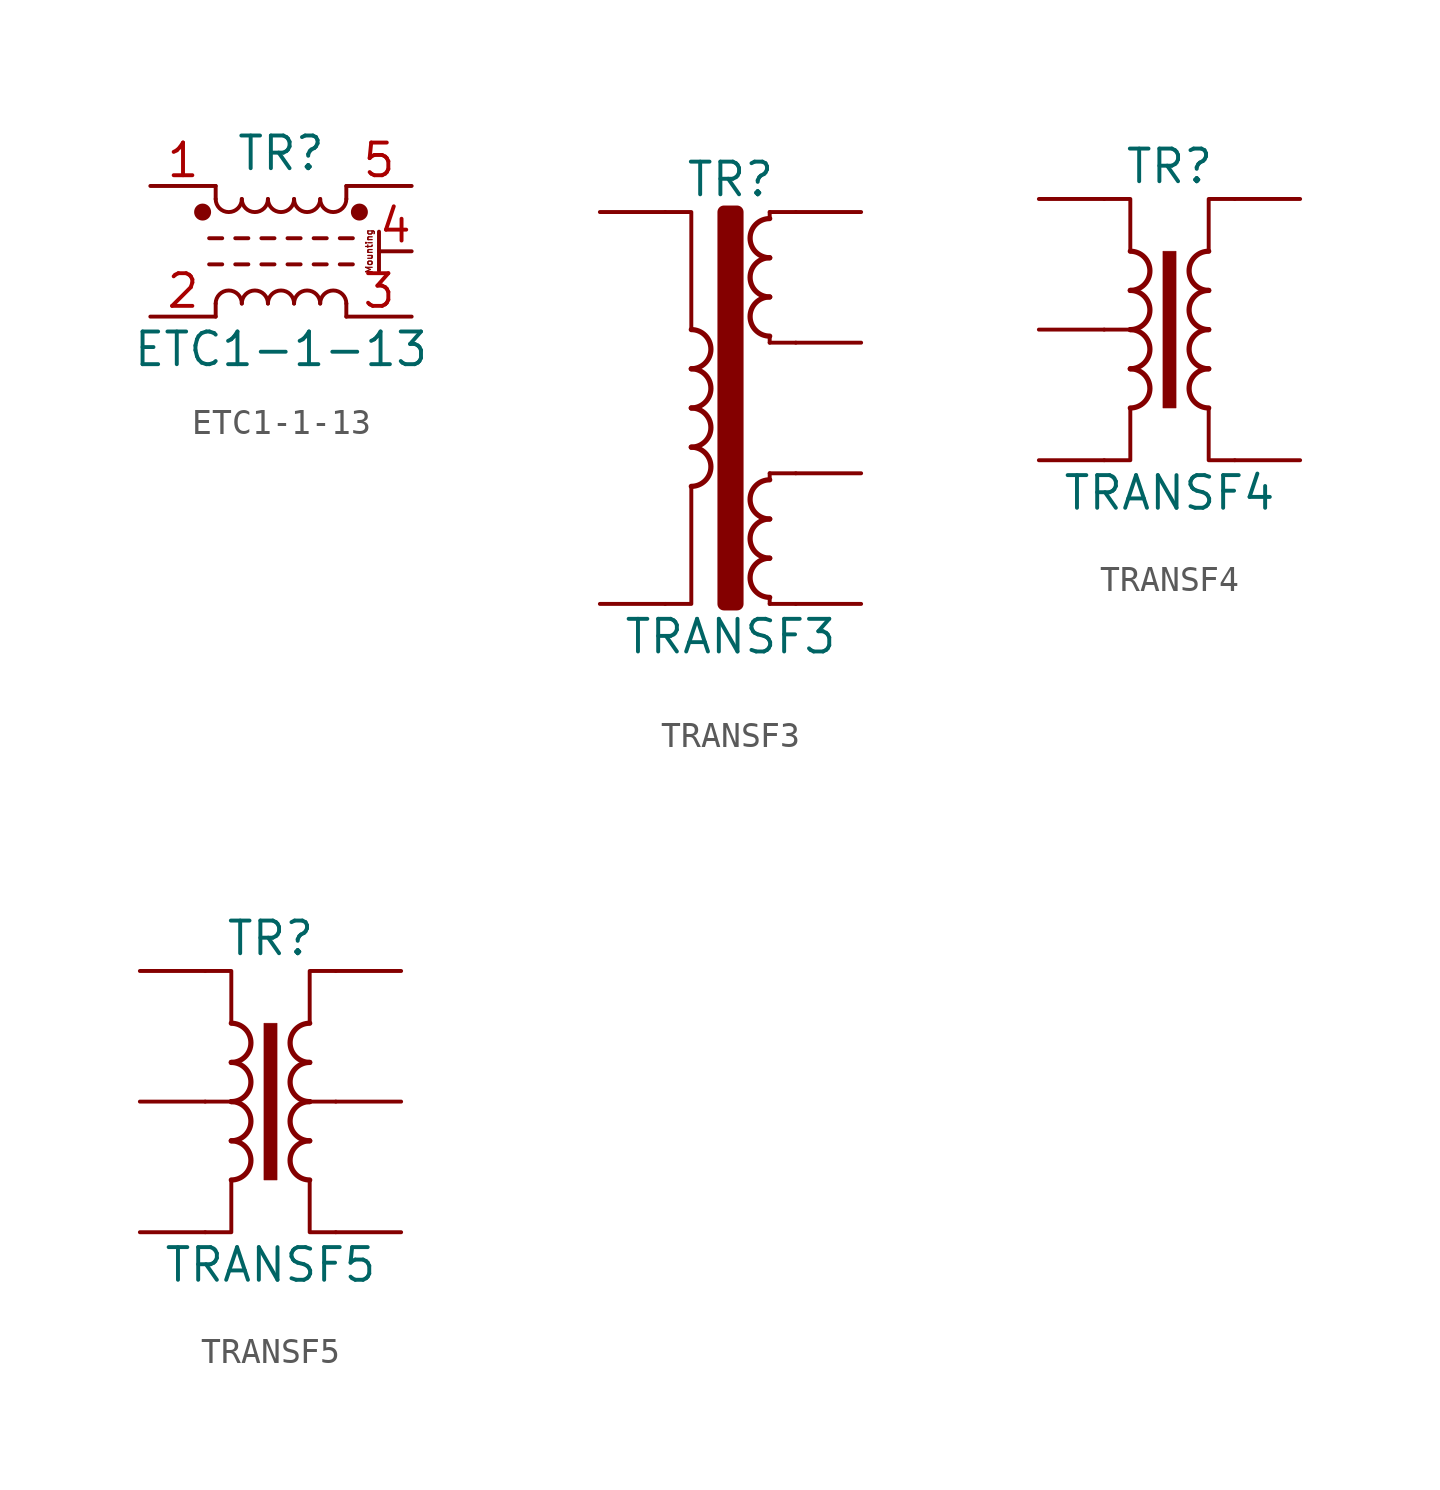
<source format=kicad_sym>
(kicad_symbol_lib
  (version 20201005)
  (generator kicad_symbol_editor)
  (symbol "ETC1-1-13"
    (pin_names hide)
    (property "Reference" "TR"
      (at 0 3.81 0)
      (effects (font (size 1.27 1.27))))
    (property "Value" "ETC1-1-13"
      (at 0 -3.81 0)
      (effects (font (size 1.27 1.27))))
    (symbol "ETC1-1-13_0_0"
      (text "Mounting" (at 3.429 0 900) (effects (font (size 0.254 0.254) bold)))
      (polyline (pts (xy 3.81 0.762) (xy 3.81 -0.762)) (stroke (width 0)) (fill (type none))))
    (symbol "ETC1-1-13_1_1"
      (arc (start -1.524 -2.032) (end -2.54 -2.032) (radius (at -2.032 -2.032) (length 0.508) (angles 0.1 179.9)) (stroke (width 0)) (fill (type none)))
      (arc (start -2.54 2.032) (end -1.524 2.032) (radius (at -2.032 2.032) (length 0.508) (angles -179.9 -0.1)) (stroke (width 0)) (fill (type none)))
      (arc (start -0.508 -2.032) (end -1.524 -2.032) (radius (at -1.016 -2.032) (length 0.508) (angles 0.1 179.9)) (stroke (width 0)) (fill (type none)))
      (arc (start -1.524 2.032) (end -0.508 2.032) (radius (at -1.016 2.032) (length 0.508) (angles -179.9 -0.1)) (stroke (width 0)) (fill (type none)))
      (arc (start 0.508 -2.032) (end -0.508 -2.032) (radius (at 0 -2.032) (length 0.508) (angles 0.1 179.9)) (stroke (width 0)) (fill (type none)))
      (arc (start -0.508 2.032) (end 0.508 2.032) (radius (at 0 2.032) (length 0.508) (angles -179.9 -0.1)) (stroke (width 0)) (fill (type none)))
      (arc (start 1.524 -2.032) (end 0.508 -2.032) (radius (at 1.016 -2.032) (length 0.508) (angles 0.1 179.9)) (stroke (width 0)) (fill (type none)))
      (arc (start 0.508 2.032) (end 1.524 2.032) (radius (at 1.016 2.032) (length 0.508) (angles -179.9 -0.1)) (stroke (width 0)) (fill (type none)))
      (arc (start 2.54 -2.032) (end 1.524 -2.032) (radius (at 2.032 -2.032) (length 0.508) (angles 0.1 179.9)) (stroke (width 0)) (fill (type none)))
      (arc (start 1.524 2.032) (end 2.54 2.032) (radius (at 2.032 2.032) (length 0.508) (angles -179.9 -0.1)) (stroke (width 0)) (fill (type none)))
      (circle (center -3.048 1.524) (radius 0.254) (stroke (width 0)) (fill (type outline)))
      (circle (center 3.048 1.524) (radius 0.254) (stroke (width 0)) (fill (type outline)))
      (polyline (pts (xy -2.794 -0.508) (xy -2.286 -0.508)) (stroke (width 0)) (fill (type none)))
      (polyline (pts (xy -2.794 0.508) (xy -2.286 0.508)) (stroke (width 0)) (fill (type none)))
      (polyline (pts (xy -2.54 -2.032) (xy -2.54 -2.54)) (stroke (width 0)) (fill (type none)))
      (polyline (pts (xy -2.54 2.032) (xy -2.54 2.54)) (stroke (width 0)) (fill (type none)))
      (polyline (pts (xy -1.778 -0.508) (xy -1.27 -0.508)) (stroke (width 0)) (fill (type none)))
      (polyline (pts (xy -1.778 0.508) (xy -1.27 0.508)) (stroke (width 0)) (fill (type none)))
      (polyline (pts (xy -0.762 -0.508) (xy -0.254 -0.508)) (stroke (width 0)) (fill (type none)))
      (polyline (pts (xy -0.762 0.508) (xy -0.254 0.508)) (stroke (width 0)) (fill (type none)))
      (polyline (pts (xy 0.254 -0.508) (xy 0.762 -0.508)) (stroke (width 0)) (fill (type none)))
      (polyline (pts (xy 0.254 0.508) (xy 0.762 0.508)) (stroke (width 0)) (fill (type none)))
      (polyline (pts (xy 1.27 -0.508) (xy 1.778 -0.508)) (stroke (width 0)) (fill (type none)))
      (polyline (pts (xy 1.27 0.508) (xy 1.778 0.508)) (stroke (width 0)) (fill (type none)))
      (polyline (pts (xy 2.286 -0.508) (xy 2.794 -0.508)) (stroke (width 0)) (fill (type none)))
      (polyline (pts (xy 2.286 0.508) (xy 2.794 0.508)) (stroke (width 0)) (fill (type none)))
      (polyline (pts (xy 2.54 -2.032) (xy 2.54 -2.54)) (stroke (width 0)) (fill (type none)))
      (polyline (pts (xy 2.54 2.54) (xy 2.54 2.032)) (stroke (width 0)) (fill (type none)))
      (pin passive line (at -5.08 2.54 0) (length 2.54) (name "~" (effects (font (size 1.27 1.27)))) (number "1" (effects (font (size 1.27 1.27)))))
      (pin passive line (at -5.08 -2.54 0) (length 2.54) (name "~" (effects (font (size 1.27 1.27)))) (number "2" (effects (font (size 1.27 1.27)))))
      (pin passive line (at 5.08 -2.54 180) (length 2.54) (name "~" (effects (font (size 1.27 1.27)))) (number "3" (effects (font (size 1.27 1.27)))))
      (pin passive line (at 5.08 0 180) (length 1.27) (name "MP" (effects (font (size 1.27 1.27)))) (number "4" (effects (font (size 1.27 1.27)))))
      (pin passive line (at 5.08 2.54 180) (length 2.54) (name "~" (effects (font (size 1.27 1.27)))) (number "5" (effects (font (size 1.27 1.27)))))))
  (symbol "TRANSF3"
    (pin_numbers hide)
    (pin_names
      (offset 0))
    (property "Reference" "TR"
      (at 0 8.89 0)
      (effects (font (size 1.27 1.27))))
    (property "Value" "TRANSF3"
      (at 0 -8.89 0)
      (effects (font (size 1.27 1.27))))
    (symbol "TRANSF3_0_1"
      (arc (start -1.524 -3.048) (end -1.524 -1.524) (radius (at -1.524 -2.286) (length 0.762) (angles -89.9 89.9)) (stroke (width 0.2032)) (fill (type none)))
      (arc (start -1.524 -1.524) (end -1.524 0) (radius (at -1.524 -0.762) (length 0.762) (angles -89.9 89.9)) (stroke (width 0.2032)) (fill (type none)))
      (arc (start -1.524 0) (end -1.524 1.524) (radius (at -1.524 0.762) (length 0.762) (angles -89.9 89.9)) (stroke (width 0.2032)) (fill (type none)))
      (arc (start -1.524 1.524) (end -1.524 3.048) (radius (at -1.524 2.286) (length 0.762) (angles -89.9 89.9)) (stroke (width 0.2032)) (fill (type none)))
      (arc (start 1.524 -5.842) (end 1.524 -7.366) (radius (at 1.524 -6.604) (length 0.762) (angles 90.1 -90.1)) (stroke (width 0.2032)) (fill (type none)))
      (arc (start 1.524 -4.318) (end 1.524 -5.842) (radius (at 1.524 -5.08) (length 0.762) (angles 90.1 -90.1)) (stroke (width 0.2032)) (fill (type none)))
      (arc (start 1.524 -2.794) (end 1.524 -4.318) (radius (at 1.524 -3.556) (length 0.762) (angles 90.1 -90.1)) (stroke (width 0.2032)) (fill (type none)))
      (arc (start 1.524 4.318) (end 1.524 2.794) (radius (at 1.524 3.556) (length 0.762) (angles 90.1 -90.1)) (stroke (width 0.2032)) (fill (type none)))
      (arc (start 1.524 5.842) (end 1.524 4.318) (radius (at 1.524 5.08) (length 0.762) (angles 90.1 -90.1)) (stroke (width 0.2032)) (fill (type none)))
      (arc (start 1.524 7.366) (end 1.524 5.842) (radius (at 1.524 6.604) (length 0.762) (angles 90.1 -90.1)) (stroke (width 0.2032)) (fill (type none)))
      (rectangle (start -0.254 7.62) (end 0.254 -7.62) (stroke (width 0.508)) (fill (type outline)))
      (polyline (pts (xy -1.524 3.048) (xy -1.524 7.62) (xy -2.54 7.62)) (stroke (width 0)) (fill (type none)))
      (polyline (pts (xy 1.524 -2.54) (xy 2.54 -2.54) (xy 2.54 -2.54)) (stroke (width 0)) (fill (type none)))
      (polyline (pts (xy 1.524 2.54) (xy 2.54 2.54) (xy 2.54 2.54)) (stroke (width 0)) (fill (type none)))
      (polyline (pts (xy 1.524 7.62) (xy 2.54 7.62) (xy 2.54 7.62)) (stroke (width 0)) (fill (type none)))
      (polyline (pts (xy 2.54 -7.62) (xy 1.524 -7.62) (xy 1.524 -7.62)) (stroke (width 0)) (fill (type none)))
      (polyline (pts (xy -2.54 -7.62) (xy -1.524 -7.62) (xy -1.524 -3.048) (xy -1.524 -4.318)) (stroke (width 0)) (fill (type none)))
      (polyline (pts (xy 1.524 -7.366) (xy 1.524 -7.62) (xy 1.524 -7.62)) (stroke (width 0)) (fill (type outline)))
      (polyline (pts (xy 1.524 -2.54) (xy 1.524 -2.794) (xy 1.524 -2.794)) (stroke (width 0)) (fill (type outline)))
      (polyline (pts (xy 1.524 2.54) (xy 1.524 2.794) (xy 1.524 2.794)) (stroke (width 0)) (fill (type outline)))
      (polyline (pts (xy 1.524 7.62) (xy 1.524 7.366) (xy 1.524 7.366)) (stroke (width 0)) (fill (type outline))))
    (symbol "TRANSF3_1_1"
      (pin passive line (at -5.08 7.62 0) (length 2.54) (name "~" (effects (font (size 1.27 1.27)))) (number "1" (effects (font (size 1.27 1.27)))))
      (pin passive line (at -5.08 -7.62 0) (length 2.54) (name "~" (effects (font (size 1.27 1.27)))) (number "2" (effects (font (size 1.27 1.27)))))
      (pin passive line (at 5.08 7.62 180) (length 2.54) (name "~" (effects (font (size 1.27 1.27)))) (number "3" (effects (font (size 1.27 1.27)))))
      (pin passive line (at 5.08 2.54 180) (length 2.54) (name "~" (effects (font (size 1.27 1.27)))) (number "4" (effects (font (size 1.27 1.27)))))
      (pin passive line (at 5.08 -2.54 180) (length 2.54) (name "~" (effects (font (size 1.27 1.27)))) (number "5" (effects (font (size 1.27 1.27)))))
      (pin passive line (at 5.08 -7.62 180) (length 2.54) (name "~" (effects (font (size 1.27 1.27)))) (number "6" (effects (font (size 1.27 1.27)))))))
  (symbol "TRANSF4"
    (pin_numbers hide)
    (pin_names
      (offset 0))
    (property "Reference" "TR"
      (at 0 6.35 0)
      (effects (font (size 1.27 1.27))))
    (property "Value" "TRANSF4"
      (at 0 -6.35 0)
      (effects (font (size 1.27 1.27))))
    (symbol "TRANSF4_0_1"
      (arc (start -1.524 -3.048) (end -1.524 -1.524) (radius (at -1.524 -2.286) (length 0.762) (angles -89.9 89.9)) (stroke (width 0.2032)) (fill (type none)))
      (arc (start -1.524 -1.524) (end -1.524 0) (radius (at -1.524 -0.762) (length 0.762) (angles -89.9 89.9)) (stroke (width 0.2032)) (fill (type none)))
      (arc (start -1.524 0) (end -1.524 1.524) (radius (at -1.524 0.762) (length 0.762) (angles -89.9 89.9)) (stroke (width 0.2032)) (fill (type none)))
      (arc (start -1.524 1.524) (end -1.524 3.048) (radius (at -1.524 2.286) (length 0.762) (angles -89.9 89.9)) (stroke (width 0.2032)) (fill (type none)))
      (arc (start 1.524 -1.524) (end 1.524 -3.048) (radius (at 1.524 -2.286) (length 0.762) (angles 90.1 -90.1)) (stroke (width 0.2032)) (fill (type none)))
      (arc (start 1.524 0) (end 1.524 -1.524) (radius (at 1.524 -0.762) (length 0.762) (angles 90.1 -90.1)) (stroke (width 0.2032)) (fill (type none)))
      (arc (start 1.524 1.524) (end 1.524 0) (radius (at 1.524 0.762) (length 0.762) (angles 90.1 -90.1)) (stroke (width 0.2032)) (fill (type none)))
      (arc (start 1.524 3.048) (end 1.524 1.524) (radius (at 1.524 2.286) (length 0.762) (angles 90.1 -90.1)) (stroke (width 0.2032)) (fill (type none)))
      (rectangle (start -0.254 3.048) (end 0.254 -3.048) (stroke (width 0.025)) (fill (type outline)))
      (polyline (pts (xy -2.54 5.08) (xy -1.524 5.08) (xy -1.524 3.048) (xy -1.524 3.048)) (stroke (width 0.152)) (fill (type none)))
      (polyline (pts (xy -1.524 -3.048) (xy -1.524 -5.08) (xy -2.54 -5.08) (xy -2.54 -5.08)) (stroke (width 0.152)) (fill (type none)))
      (polyline (pts (xy 1.524 3.048) (xy 1.524 5.08) (xy 2.54 5.08) (xy 2.54 5.08)) (stroke (width 0.152)) (fill (type none)))
      (polyline (pts (xy 2.54 -5.08) (xy 1.524 -5.08) (xy 1.524 -3.048) (xy 1.524 -3.048)) (stroke (width 0.152)) (fill (type none)))
      (polyline (pts (xy -1.524 0) (xy -2.54 0) (xy -2.54 0)) (stroke (width 0)) (fill (type outline))))
    (symbol "TRANSF4_1_1"
      (pin passive line (at -5.08 5.08 0) (length 2.54) (name "~" (effects (font (size 1.27 1.27)))) (number "1" (effects (font (size 1.27 1.27)))))
      (pin passive line (at -5.08 0 0) (length 2.54) (name "~" (effects (font (size 1.27 1.27)))) (number "2" (effects (font (size 1.27 1.27)))))
      (pin passive line (at -5.08 -5.08 0) (length 2.54) (name "~" (effects (font (size 1.27 1.27)))) (number "3" (effects (font (size 1.27 1.27)))))
      (pin passive line (at 5.08 -5.08 180) (length 2.54) (name "~" (effects (font (size 1.27 1.27)))) (number "4" (effects (font (size 1.27 1.27)))))
      (pin passive line (at 5.08 5.08 180) (length 2.54) (name "~" (effects (font (size 1.27 1.27)))) (number "5" (effects (font (size 1.27 1.27)))))))
  (symbol "TRANSF5"
    (pin_numbers hide)
    (pin_names
      (offset 0))
    (property "Reference" "TR"
      (at 0 6.35 0)
      (effects (font (size 1.27 1.27))))
    (property "Value" "TRANSF5"
      (at 0 -6.35 0)
      (effects (font (size 1.27 1.27))))
    (symbol "TRANSF5_0_1"
      (arc (start -1.524 -3.048) (end -1.524 -1.524) (radius (at -1.524 -2.286) (length 0.762) (angles -89.9 89.9)) (stroke (width 0.2032)) (fill (type none)))
      (arc (start -1.524 -1.524) (end -1.524 0) (radius (at -1.524 -0.762) (length 0.762) (angles -89.9 89.9)) (stroke (width 0.2032)) (fill (type none)))
      (arc (start -1.524 0) (end -1.524 1.524) (radius (at -1.524 0.762) (length 0.762) (angles -89.9 89.9)) (stroke (width 0.2032)) (fill (type none)))
      (arc (start -1.524 1.524) (end -1.524 3.048) (radius (at -1.524 2.286) (length 0.762) (angles -89.9 89.9)) (stroke (width 0.2032)) (fill (type none)))
      (arc (start 1.524 -1.524) (end 1.524 -3.048) (radius (at 1.524 -2.286) (length 0.762) (angles 90.1 -90.1)) (stroke (width 0.2032)) (fill (type none)))
      (arc (start 1.524 0) (end 1.524 -1.524) (radius (at 1.524 -0.762) (length 0.762) (angles 90.1 -90.1)) (stroke (width 0.2032)) (fill (type none)))
      (arc (start 1.524 1.524) (end 1.524 0) (radius (at 1.524 0.762) (length 0.762) (angles 90.1 -90.1)) (stroke (width 0.2032)) (fill (type none)))
      (arc (start 1.524 3.048) (end 1.524 1.524) (radius (at 1.524 2.286) (length 0.762) (angles 90.1 -90.1)) (stroke (width 0.2032)) (fill (type none)))
      (rectangle (start -0.254 3.048) (end 0.254 -3.048) (stroke (width 0.025)) (fill (type outline)))
      (polyline (pts (xy -2.54 5.08) (xy -1.524 5.08) (xy -1.524 3.048) (xy -1.524 3.048)) (stroke (width 0.152)) (fill (type none)))
      (polyline (pts (xy -1.524 -3.048) (xy -1.524 -5.08) (xy -2.54 -5.08) (xy -2.54 -5.08)) (stroke (width 0.152)) (fill (type none)))
      (polyline (pts (xy 1.524 3.048) (xy 1.524 5.08) (xy 2.54 5.08) (xy 2.54 5.08)) (stroke (width 0.152)) (fill (type none)))
      (polyline (pts (xy 2.54 -5.08) (xy 1.524 -5.08) (xy 1.524 -3.048) (xy 1.524 -3.048)) (stroke (width 0.152)) (fill (type none)))
      (polyline (pts (xy -1.524 0) (xy -2.54 0) (xy -2.54 0)) (stroke (width 0)) (fill (type outline)))
      (polyline (pts (xy 1.524 0) (xy 2.54 0) (xy 2.54 0)) (stroke (width 0)) (fill (type outline))))
    (symbol "TRANSF5_1_1"
      (pin passive line (at -5.08 5.08 0) (length 2.54) (name "~" (effects (font (size 1.27 1.27)))) (number "1" (effects (font (size 1.27 1.27)))))
      (pin passive line (at -5.08 0 0) (length 2.54) (name "~" (effects (font (size 1.27 1.27)))) (number "2" (effects (font (size 1.27 1.27)))))
      (pin passive line (at -5.08 -5.08 0) (length 2.54) (name "~" (effects (font (size 1.27 1.27)))) (number "3" (effects (font (size 1.27 1.27)))))
      (pin passive line (at 5.08 -5.08 180) (length 2.54) (name "~" (effects (font (size 1.27 1.27)))) (number "4" (effects (font (size 1.27 1.27)))))
      (pin passive line (at 5.08 0 180) (length 2.54) (name "~" (effects (font (size 1.27 1.27)))) (number "5" (effects (font (size 1.27 1.27)))))
      (pin passive line (at 5.08 5.08 180) (length 2.54) (name "~" (effects (font (size 1.27 1.27)))) (number "6" (effects (font (size 1.27 1.27))))))))
</source>
